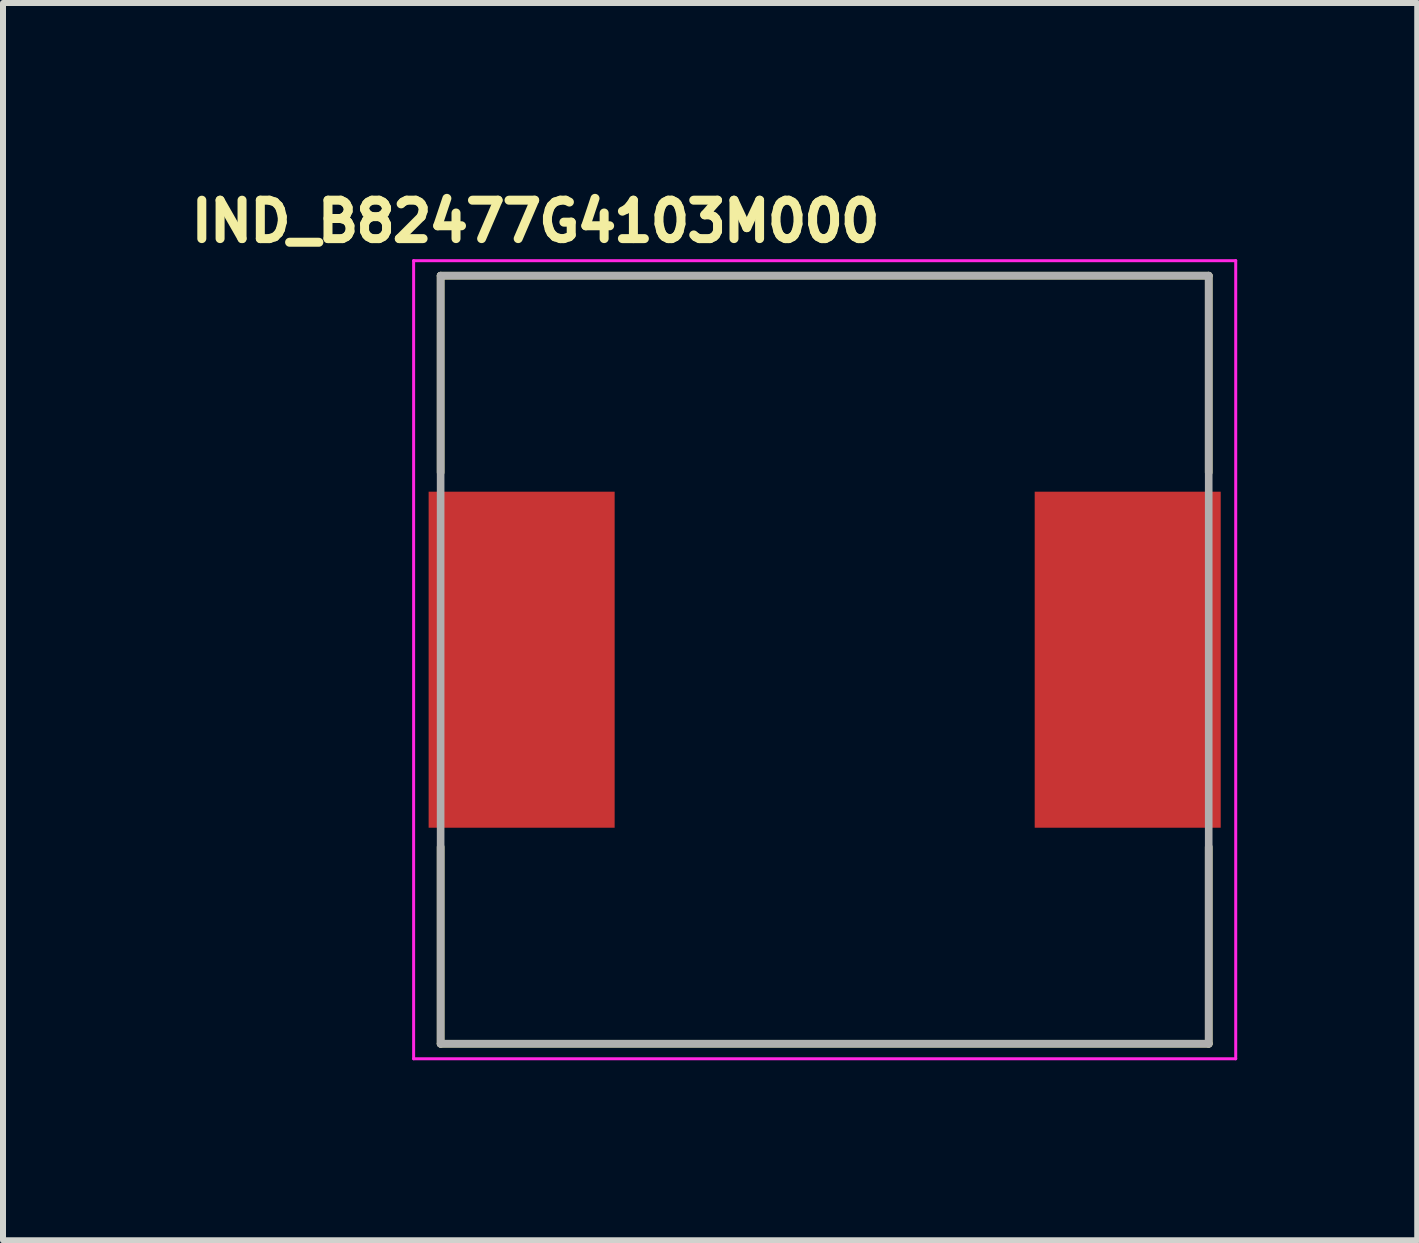
<source format=kicad_pcb>
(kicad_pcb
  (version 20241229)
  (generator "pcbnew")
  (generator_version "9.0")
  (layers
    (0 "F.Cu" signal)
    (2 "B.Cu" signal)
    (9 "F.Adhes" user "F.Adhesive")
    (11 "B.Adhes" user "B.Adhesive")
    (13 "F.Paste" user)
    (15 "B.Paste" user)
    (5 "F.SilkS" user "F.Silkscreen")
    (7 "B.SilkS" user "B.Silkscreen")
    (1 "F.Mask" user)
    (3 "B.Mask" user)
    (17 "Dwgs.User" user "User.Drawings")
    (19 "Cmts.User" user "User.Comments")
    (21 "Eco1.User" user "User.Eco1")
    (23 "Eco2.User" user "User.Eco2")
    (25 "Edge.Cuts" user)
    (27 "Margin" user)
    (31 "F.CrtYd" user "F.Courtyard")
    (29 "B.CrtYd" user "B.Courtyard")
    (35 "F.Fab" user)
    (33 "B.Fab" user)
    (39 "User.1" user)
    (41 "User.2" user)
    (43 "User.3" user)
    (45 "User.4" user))
  (footprint "IND_B82477G4103M000"
    (layer "F.Cu")
    (at 10.693 7.944)
    (property "Reference" "IND_B82477G4103M000" (at -4.818 -7.306 0) (layer "F.SilkS") (effects (font (size 0.64 0.64) (thickness 0.15))))
    (attr smd)
    (fp_line (start -6.4 -6.4) (end -6.4 -3.12) (stroke (width 0.127) (type solid)) (layer "F.SilkS"))
    (fp_line (start -6.4 -6.4) (end 6.4 -6.4) (stroke (width 0.127) (type solid)) (layer "F.SilkS"))
    (fp_line (start -6.4 6.4) (end -6.4 3.12) (stroke (width 0.127) (type solid)) (layer "F.SilkS"))
    (fp_line (start -6.4 6.4) (end 6.4 6.4) (stroke (width 0.127) (type solid)) (layer "F.SilkS"))
    (fp_line (start 6.4 -6.4) (end 6.4 -3.12) (stroke (width 0.127) (type solid)) (layer "F.SilkS"))
    (fp_line (start 6.4 6.4) (end 6.4 3.12) (stroke (width 0.127) (type solid)) (layer "F.SilkS"))
    (fp_line (start -6.85 -6.65) (end -6.85 6.65) (stroke (width 0.05) (type solid)) (layer "F.CrtYd"))
    (fp_line (start -6.85 6.65) (end 6.85 6.65) (stroke (width 0.05) (type solid)) (layer "F.CrtYd"))
    (fp_line (start 6.85 -6.65) (end -6.85 -6.65) (stroke (width 0.05) (type solid)) (layer "F.CrtYd"))
    (fp_line (start 6.85 6.65) (end 6.85 -6.65) (stroke (width 0.05) (type solid)) (layer "F.CrtYd"))
    (fp_line (start -6.4 -6.4) (end -6.4 6.4) (stroke (width 0.127) (type solid)) (layer "F.Fab"))
    (fp_line (start -6.4 -6.4) (end 6.4 -6.4) (stroke (width 0.127) (type solid)) (layer "F.Fab"))
    (fp_line (start -6.4 6.4) (end 6.4 6.4) (stroke (width 0.127) (type solid)) (layer "F.Fab"))
    (fp_line (start 6.4 -6.4) (end 6.4 6.4) (stroke (width 0.127) (type solid)) (layer "F.Fab"))
    (pad "1" smd rect (at -5.05 0) (size 3.1 5.6) (layers "F.Cu" "F.Mask" "F.Paste"))
    (pad "2" smd rect (at 5.05 0) (size 3.1 5.6) (layers "F.Cu" "F.Mask" "F.Paste")))
  (gr_rect
    (start -3 -3)
    (end 20.568 17.619)
    (stroke (width 0.1) (type default))
    (fill no)
    (layer "Edge.Cuts")))
</source>
